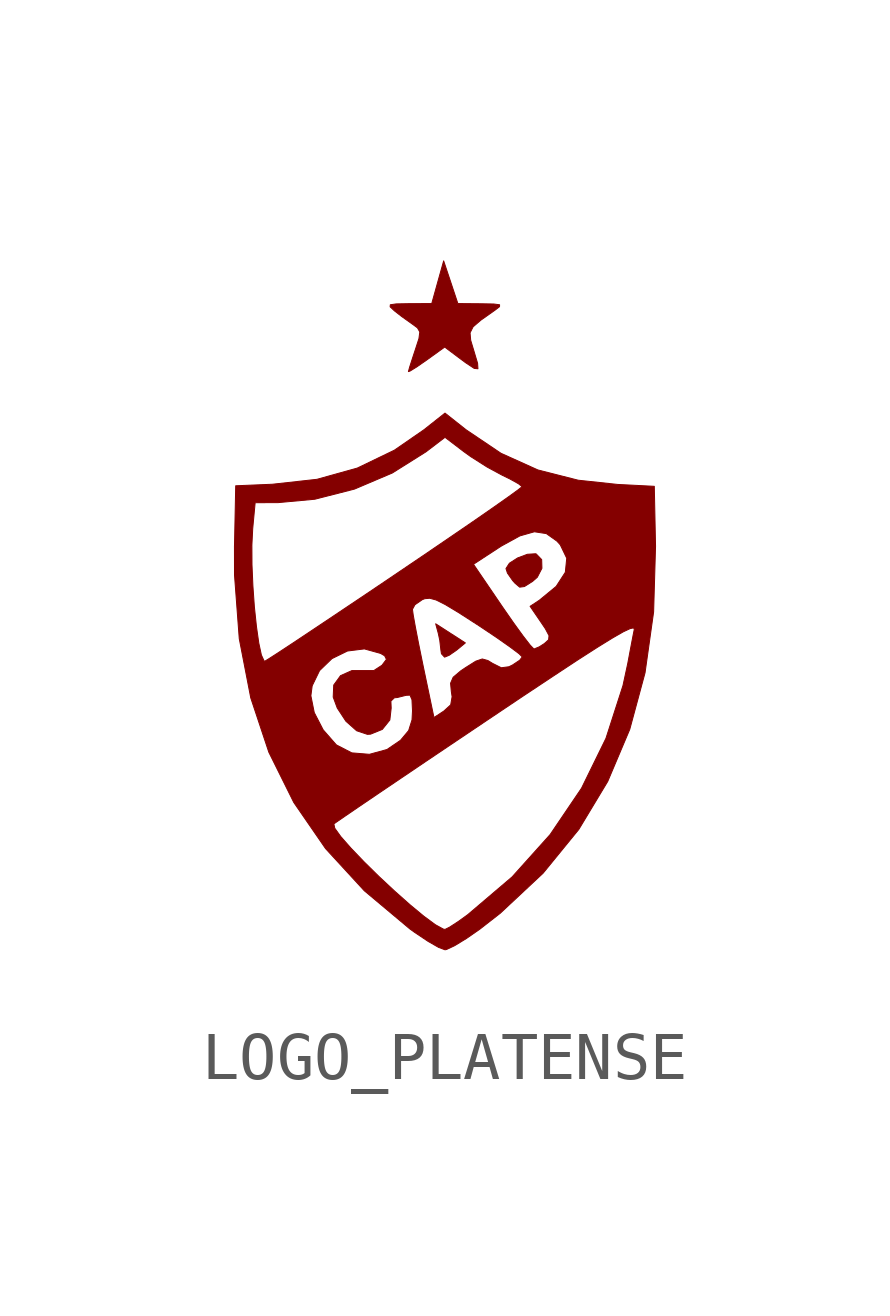
<source format=kicad_sym>
(kicad_symbol_lib
  (version 20241209)
  (generator "kicad_symbol_editor")
  (generator_version "9.0")
  (symbol "LOGO_PLATENSE"
    (pin_names
      (offset 1.016))
    (property "Reference" "#G"
      (at 0 6.816 0)
      (effects (font (size 1.27 1.27)) (hide yes)))
    (symbol "LOGO_PLATENSE_0_0"
      (polyline (pts (xy -0.728 5.113) (xy -0.59 5.198) (xy -0.384 5.341) (xy -0.006 5.613) (xy 0.272 5.404) (xy 0.428 5.288) (xy 0.609 5.168) (xy 0.686 5.161) (xy 0.679 5.274) (xy 0.608 5.512) (xy 0.603 5.529) (xy 0.535 5.755) (xy 0.522 5.909) (xy 0.585 6.034) (xy 0.745 6.172) (xy 1.021 6.367) (xy 1.036 6.377) (xy 1.136 6.454) (xy 1.137 6.494) (xy 1.016 6.51) (xy 0.748 6.515) (xy 0.268 6.519) (xy 0.12 6.964) (xy -0.028 7.408) (xy -0.152 6.964) (xy -0.276 6.519) (xy -0.752 6.517) (xy -1.017 6.512) (xy -1.139 6.494) (xy -1.143 6.451) (xy -1.054 6.368) (xy -0.903 6.25) (xy -0.68 6.091) (xy -0.574 6.013) (xy -0.525 5.928) (xy -0.543 5.79) (xy -0.622 5.547) (xy -0.673 5.393) (xy -0.737 5.194) (xy -0.762 5.102) (xy -0.728 5.113)) (stroke (width 0.01) (type default)) (fill (type outline)))
      (polyline (pts (xy 0.032 -6.937) (xy 0.2 -6.858) (xy 0.446 -6.708) (xy 0.729 -6.511) (xy 1.152 -6.181) (xy 2.043 -5.348) (xy 2.788 -4.435) (xy 3.39 -3.436) (xy 3.849 -2.351) (xy 4.167 -1.174) (xy 4.346 0.096) (xy 4.386 1.462) (xy 4.36 2.712) (xy 3.598 2.751) (xy 2.776 2.839) (xy 1.935 3.053) (xy 1.166 3.4) (xy 0.44 3.889) (xy 0 4.237) (xy -0.44 3.889) (xy -1.054 3.465) (xy -1.827 3.092) (xy -2.667 2.858) (xy -3.598 2.755) (xy -4.36 2.723) (xy -4.385 1.486) (xy -4.023 1.486) (xy -4.006 1.827) (xy -3.955 2.371) (xy -3.48 2.372) (xy -2.711 2.443) (xy -1.886 2.654) (xy -1.098 2.989) (xy -0.398 3.429) (xy 0 3.733) (xy 0.392 3.434) (xy 0.538 3.329) (xy 0.876 3.114) (xy 1.192 2.943) (xy 1.352 2.865) (xy 1.533 2.764) (xy 1.605 2.705) (xy 1.604 2.703) (xy 1.517 2.634) (xy 1.307 2.482) (xy 0.99 2.259) (xy 0.58 1.975) (xy 0.092 1.641) (xy -0.457 1.267) (xy -0.722 1.088) (xy 0.593 1.088) (xy 1.121 1.433) (xy 1.177 1.469) (xy 1.56 1.679) (xy 1.862 1.765) (xy 2.111 1.727) (xy 2.332 1.57) (xy 2.401 1.494) (xy 2.536 1.214) (xy 2.507 0.922) (xy 2.316 0.627) (xy 1.966 0.339) (xy 1.773 0.212) (xy 1.999 -0.119) (xy 2.09 -0.254) (xy 2.167 -0.399) (xy 2.158 -0.485) (xy 2.07 -0.564) (xy 1.964 -0.632) (xy 1.855 -0.677) (xy 1.851 -0.676) (xy 1.774 -0.596) (xy 1.626 -0.405) (xy 1.426 -0.129) (xy 1.194 0.205) (xy 0.593 1.088) (xy -0.722 1.088) (xy -1.053 0.864) (xy -1.143 0.803) (xy -1.734 0.405) (xy -2.115 0.15) (xy -0.678 0.15) (xy -0.626 0.245) (xy -0.473 0.351) (xy -0.421 0.371) (xy -0.318 0.38) (xy -0.185 0.344) (xy 0.006 0.248) (xy 0.282 0.082) (xy 0.67 -0.168) (xy 0.748 -0.219) (xy 1.085 -0.445) (xy 1.358 -0.637) (xy 1.542 -0.775) (xy 1.609 -0.842) (xy 1.556 -0.911) (xy 1.407 -1.01) (xy 1.331 -1.047) (xy 1.173 -1.068) (xy 0.991 -0.977) (xy 0.893 -0.917) (xy 0.776 -0.885) (xy 0.641 -0.931) (xy 0.428 -1.065) (xy 0.326 -1.134) (xy 0.17 -1.266) (xy 0.116 -1.391) (xy 0.132 -1.564) (xy 0.148 -1.671) (xy 0.119 -1.84) (xy -0.024 -1.97) (xy -0.23 -2.105) (xy -0.455 -1.031) (xy -0.467 -0.973) (xy -0.55 -0.566) (xy -0.617 -0.22) (xy -0.662 0.03) (xy -0.678 0.15) (xy -2.115 0.15) (xy -2.279 0.04) (xy -2.761 -0.282) (xy -3.165 -0.551) (xy -3.475 -0.755) (xy -3.677 -0.885) (xy -3.753 -0.931) (xy -3.769 -0.925) (xy -3.825 -0.803) (xy -3.879 -0.554) (xy -3.928 -0.209) (xy -3.971 0.2) (xy -4.002 0.64) (xy -4.021 1.08) (xy -4.023 1.486) (xy -4.385 1.486) (xy -4.386 1.467) (xy -4.385 0.863) (xy -4.286 -0.462) (xy -4.055 -1.651) (xy -2.794 -1.651) (xy -2.767 -1.444) (xy -2.613 -1.127) (xy -2.354 -0.877) (xy -2.031 -0.719) (xy -1.68 -0.675) (xy -1.342 -0.769) (xy -1.258 -0.818) (xy -1.22 -0.893) (xy -1.313 -1.016) (xy -1.484 -1.127) (xy -1.733 -1.127) (xy -1.94 -1.127) (xy -2.176 -1.232) (xy -2.318 -1.428) (xy -2.329 -1.679) (xy -2.245 -1.906) (xy -2.064 -2.182) (xy -1.841 -2.38) (xy -1.617 -2.455) (xy -1.55 -2.451) (xy -1.306 -2.352) (xy -1.149 -2.156) (xy -1.121 -1.908) (xy -1.127 -1.763) (xy -1.054 -1.693) (xy -0.994 -1.688) (xy -0.811 -1.642) (xy -0.729 -1.638) (xy -0.688 -1.734) (xy -0.677 -1.965) (xy -0.687 -2.153) (xy -0.757 -2.376) (xy -0.927 -2.579) (xy -1.209 -2.771) (xy -1.575 -2.871) (xy -1.942 -2.841) (xy -2.259 -2.677) (xy -2.27 -2.667) (xy -2.538 -2.361) (xy -2.724 -2.001) (xy -2.794 -1.651) (xy -4.055 -1.651) (xy -4.048 -1.691) (xy -3.67 -2.827) (xy -3.15 -3.874) (xy -2.842 -4.321) (xy -2.315 -4.321) (xy -2.269 -4.288) (xy -2.095 -4.168) (xy -1.805 -3.97) (xy -1.413 -3.704) (xy -0.935 -3.381) (xy -0.386 -3.01) (xy 0.221 -2.602) (xy 0.871 -2.165) (xy 1.612 -1.668) (xy 2.251 -1.244) (xy 2.77 -0.902) (xy 3.18 -0.639) (xy 3.491 -0.447) (xy 3.712 -0.32) (xy 3.855 -0.253) (xy 3.929 -0.237) (xy 3.943 -0.269) (xy 3.917 -0.398) (xy 3.866 -0.665) (xy 3.808 -0.974) (xy 3.708 -1.437) (xy 3.353 -2.538) (xy 2.844 -3.577) (xy 2.19 -4.543) (xy 1.398 -5.425) (xy 0.475 -6.211) (xy 0.281 -6.351) (xy 0.095 -6.472) (xy 0.0004 -6.519) (xy -0.035 -6.512) (xy -0.199 -6.422) (xy -0.438 -6.246) (xy -0.729 -6.005) (xy -1.05 -5.72) (xy -1.377 -5.415) (xy -1.688 -5.109) (xy -1.96 -4.825) (xy -2.171 -4.585) (xy -2.297 -4.41) (xy -2.315 -4.321) (xy -2.842 -4.321) (xy -2.488 -4.835) (xy -1.681 -5.713) (xy -0.729 -6.511) (xy -0.63 -6.582) (xy -0.355 -6.766) (xy -0.132 -6.894) (xy 0 -6.943) (xy 0.032 -6.937)) (stroke (width 0.01) (type default)) (fill (type outline)))
      (polyline (pts (xy 0.087 -0.808) (xy 0.245 -0.698) (xy 0.424 -0.55) (xy 0.115 -0.351) (xy -0.194 -0.152) (xy -0.14 -0.351) (xy -0.109 -0.497) (xy -0.086 -0.698) (xy -0.074 -0.776) (xy -0.009 -0.847) (xy 0.087 -0.808)) (stroke (width 0.01) (type default)) (fill (type outline)))
      (polyline (pts (xy 1.654 0.624) (xy 1.823 0.73) (xy 1.923 0.818) (xy 2.019 1.004) (xy 2.014 1.185) (xy 1.9 1.303) (xy 1.885 1.307) (xy 1.716 1.296) (xy 1.513 1.22) (xy 1.342 1.11) (xy 1.27 0.999) (xy 1.301 0.904) (xy 1.41 0.748) (xy 1.459 0.693) (xy 1.556 0.611) (xy 1.654 0.624)) (stroke (width 0.01) (type default)) (fill (type outline))))))
</source>
